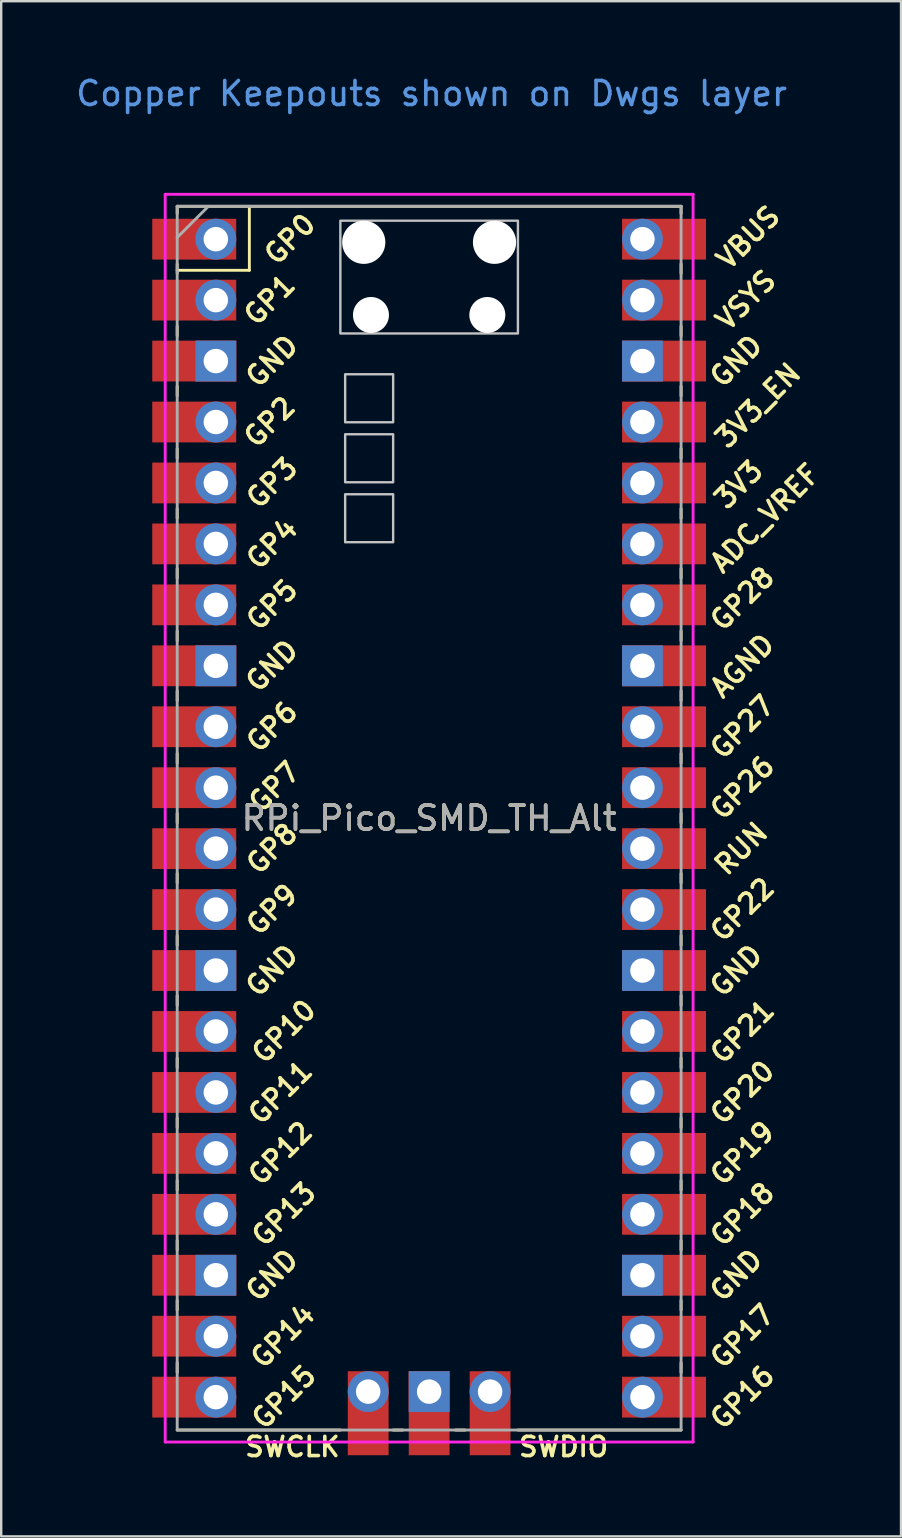
<source format=kicad_pcb>
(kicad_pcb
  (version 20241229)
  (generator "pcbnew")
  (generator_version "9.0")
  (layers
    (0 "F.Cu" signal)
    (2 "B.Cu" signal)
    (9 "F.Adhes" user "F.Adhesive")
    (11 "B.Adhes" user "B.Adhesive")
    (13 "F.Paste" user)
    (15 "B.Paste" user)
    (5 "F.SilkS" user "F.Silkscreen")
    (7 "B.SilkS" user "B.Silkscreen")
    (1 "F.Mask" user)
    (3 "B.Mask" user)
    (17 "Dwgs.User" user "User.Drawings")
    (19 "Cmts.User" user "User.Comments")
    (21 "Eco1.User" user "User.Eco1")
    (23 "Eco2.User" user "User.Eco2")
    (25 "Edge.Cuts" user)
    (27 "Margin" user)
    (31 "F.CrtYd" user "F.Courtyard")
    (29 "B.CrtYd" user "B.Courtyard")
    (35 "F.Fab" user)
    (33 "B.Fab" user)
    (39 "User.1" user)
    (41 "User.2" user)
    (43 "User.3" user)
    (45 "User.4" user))
  (footprint "RPi_Pico_SMD_TH_Alt"
    (layer "F.Cu")
    (at 14.835 31.048)
    (property "Reference" "RPi_Pico_SMD_TH_Alt" (at 0 0 0) (layer "F.SilkS") (effects (font (size 1 1) (thickness 0.15))))
    (attr through_hole)
    (fp_line (start -10.5 -25.5) (end -10.5 -25.2) (stroke (width 0.12) (type solid)) (layer "F.SilkS"))
    (fp_line (start -10.5 -25.5) (end 10.5 -25.5) (stroke (width 0.12) (type solid)) (layer "F.SilkS"))
    (fp_line (start -10.5 -23.1) (end -10.5 -22.7) (stroke (width 0.12) (type solid)) (layer "F.SilkS"))
    (fp_line (start -10.5 -22.833) (end -7.493 -22.833) (stroke (width 0.12) (type solid)) (layer "F.SilkS"))
    (fp_line (start -10.5 -20.5) (end -10.5 -20.1) (stroke (width 0.12) (type solid)) (layer "F.SilkS"))
    (fp_line (start -10.5 -18) (end -10.5 -17.6) (stroke (width 0.12) (type solid)) (layer "F.SilkS"))
    (fp_line (start -10.5 -15.4) (end -10.5 -15) (stroke (width 0.12) (type solid)) (layer "F.SilkS"))
    (fp_line (start -10.5 -12.9) (end -10.5 -12.5) (stroke (width 0.12) (type solid)) (layer "F.SilkS"))
    (fp_line (start -10.5 -10.4) (end -10.5 -10) (stroke (width 0.12) (type solid)) (layer "F.SilkS"))
    (fp_line (start -10.5 -7.8) (end -10.5 -7.4) (stroke (width 0.12) (type solid)) (layer "F.SilkS"))
    (fp_line (start -10.5 -5.3) (end -10.5 -4.9) (stroke (width 0.12) (type solid)) (layer "F.SilkS"))
    (fp_line (start -10.5 -2.7) (end -10.5 -2.3) (stroke (width 0.12) (type solid)) (layer "F.SilkS"))
    (fp_line (start -10.5 -0.2) (end -10.5 0.2) (stroke (width 0.12) (type solid)) (layer "F.SilkS"))
    (fp_line (start -10.5 2.3) (end -10.5 2.7) (stroke (width 0.12) (type solid)) (layer "F.SilkS"))
    (fp_line (start -10.5 4.9) (end -10.5 5.3) (stroke (width 0.12) (type solid)) (layer "F.SilkS"))
    (fp_line (start -10.5 7.4) (end -10.5 7.8) (stroke (width 0.12) (type solid)) (layer "F.SilkS"))
    (fp_line (start -10.5 10) (end -10.5 10.4) (stroke (width 0.12) (type solid)) (layer "F.SilkS"))
    (fp_line (start -10.5 12.5) (end -10.5 12.9) (stroke (width 0.12) (type solid)) (layer "F.SilkS"))
    (fp_line (start -10.5 15.1) (end -10.5 15.5) (stroke (width 0.12) (type solid)) (layer "F.SilkS"))
    (fp_line (start -10.5 17.6) (end -10.5 18) (stroke (width 0.12) (type solid)) (layer "F.SilkS"))
    (fp_line (start -10.5 20.1) (end -10.5 20.5) (stroke (width 0.12) (type solid)) (layer "F.SilkS"))
    (fp_line (start -10.5 22.7) (end -10.5 23.1) (stroke (width 0.12) (type solid)) (layer "F.SilkS"))
    (fp_line (start -7.493 -22.833) (end -7.493 -25.5) (stroke (width 0.12) (type solid)) (layer "F.SilkS"))
    (fp_line (start -3.7 25.5) (end -10.5 25.5) (stroke (width 0.12) (type solid)) (layer "F.SilkS"))
    (fp_line (start -1.5 25.5) (end -1.1 25.5) (stroke (width 0.12) (type solid)) (layer "F.SilkS"))
    (fp_line (start 1.1 25.5) (end 1.5 25.5) (stroke (width 0.12) (type solid)) (layer "F.SilkS"))
    (fp_line (start 10.5 -25.5) (end 10.5 -25.2) (stroke (width 0.12) (type solid)) (layer "F.SilkS"))
    (fp_line (start 10.5 -23.1) (end 10.5 -22.7) (stroke (width 0.12) (type solid)) (layer "F.SilkS"))
    (fp_line (start 10.5 -20.5) (end 10.5 -20.1) (stroke (width 0.12) (type solid)) (layer "F.SilkS"))
    (fp_line (start 10.5 -18) (end 10.5 -17.6) (stroke (width 0.12) (type solid)) (layer "F.SilkS"))
    (fp_line (start 10.5 -15.4) (end 10.5 -15) (stroke (width 0.12) (type solid)) (layer "F.SilkS"))
    (fp_line (start 10.5 -12.9) (end 10.5 -12.5) (stroke (width 0.12) (type solid)) (layer "F.SilkS"))
    (fp_line (start 10.5 -10.4) (end 10.5 -10) (stroke (width 0.12) (type solid)) (layer "F.SilkS"))
    (fp_line (start 10.5 -7.8) (end 10.5 -7.4) (stroke (width 0.12) (type solid)) (layer "F.SilkS"))
    (fp_line (start 10.5 -5.3) (end 10.5 -4.9) (stroke (width 0.12) (type solid)) (layer "F.SilkS"))
    (fp_line (start 10.5 -2.7) (end 10.5 -2.3) (stroke (width 0.12) (type solid)) (layer "F.SilkS"))
    (fp_line (start 10.5 -0.2) (end 10.5 0.2) (stroke (width 0.12) (type solid)) (layer "F.SilkS"))
    (fp_line (start 10.5 2.3) (end 10.5 2.7) (stroke (width 0.12) (type solid)) (layer "F.SilkS"))
    (fp_line (start 10.5 4.9) (end 10.5 5.3) (stroke (width 0.12) (type solid)) (layer "F.SilkS"))
    (fp_line (start 10.5 7.4) (end 10.5 7.8) (stroke (width 0.12) (type solid)) (layer "F.SilkS"))
    (fp_line (start 10.5 10) (end 10.5 10.4) (stroke (width 0.12) (type solid)) (layer "F.SilkS"))
    (fp_line (start 10.5 12.5) (end 10.5 12.9) (stroke (width 0.12) (type solid)) (layer "F.SilkS"))
    (fp_line (start 10.5 15.1) (end 10.5 15.5) (stroke (width 0.12) (type solid)) (layer "F.SilkS"))
    (fp_line (start 10.5 17.6) (end 10.5 18) (stroke (width 0.12) (type solid)) (layer "F.SilkS"))
    (fp_line (start 10.5 20.1) (end 10.5 20.5) (stroke (width 0.12) (type solid)) (layer "F.SilkS"))
    (fp_line (start 10.5 22.7) (end 10.5 23.1) (stroke (width 0.12) (type solid)) (layer "F.SilkS"))
    (fp_line (start 10.5 25.5) (end 3.7 25.5) (stroke (width 0.12) (type solid)) (layer "F.SilkS"))
    (fp_poly (pts (xy -1.5 -16.5) (xy -3.5 -16.5) (xy -3.5 -18.5) (xy -1.5 -18.5)) (stroke (width 0.1) (type solid)) (fill no) (layer "Dwgs.User"))
    (fp_poly (pts (xy -1.5 -14) (xy -3.5 -14) (xy -3.5 -16) (xy -1.5 -16)) (stroke (width 0.1) (type solid)) (fill no) (layer "Dwgs.User"))
    (fp_poly (pts (xy -1.5 -11.5) (xy -3.5 -11.5) (xy -3.5 -13.5) (xy -1.5 -13.5)) (stroke (width 0.1) (type solid)) (fill no) (layer "Dwgs.User"))
    (fp_poly (pts (xy 3.7 -20.2) (xy -3.7 -20.2) (xy -3.7 -24.9) (xy 3.7 -24.9)) (stroke (width 0.1) (type solid)) (fill no) (layer "Dwgs.User"))
    (fp_line (start -11 -26) (end 11 -26) (stroke (width 0.12) (type solid)) (layer "F.CrtYd"))
    (fp_line (start -11 26) (end -11 -26) (stroke (width 0.12) (type solid)) (layer "F.CrtYd"))
    (fp_line (start 11 -26) (end 11 26) (stroke (width 0.12) (type solid)) (layer "F.CrtYd"))
    (fp_line (start 11 26) (end -11 26) (stroke (width 0.12) (type solid)) (layer "F.CrtYd"))
    (fp_line (start -10.5 -25.5) (end 10.5 -25.5) (stroke (width 0.12) (type solid)) (layer "F.Fab"))
    (fp_line (start -10.5 -24.2) (end -9.2 -25.5) (stroke (width 0.12) (type solid)) (layer "F.Fab"))
    (fp_line (start -10.5 25.5) (end -10.5 -25.5) (stroke (width 0.12) (type solid)) (layer "F.Fab"))
    (fp_line (start 10.5 -25.5) (end 10.5 25.5) (stroke (width 0.12) (type solid)) (layer "F.Fab"))
    (fp_line (start 10.5 25.5) (end -10.5 25.5) (stroke (width 0.12) (type solid)) (layer "F.Fab"))
    (fp_text user "GP27" (at 13.054 -3.8 45) (layer "F.SilkS") (effects (font (size 0.8 0.8) (thickness 0.15))))
    (fp_text user "3V3" (at 12.9 -13.9 45) (layer "F.SilkS") (effects (font (size 0.8 0.8) (thickness 0.15))))
    (fp_text user "VBUS" (at 13.3 -24.2 45) (layer "F.SilkS") (effects (font (size 0.8 0.8) (thickness 0.15))))
    (fp_text user "GP13" (at -6.054 16.51 45) (layer "F.SilkS") (effects (font (size 0.8 0.8) (thickness 0.15))))
    (fp_text user "GP16" (at 13.054 24.13 45) (layer "F.SilkS") (effects (font (size 0.8 0.8) (thickness 0.15))))
    (fp_text user "GP18" (at 13.054 16.51 45) (layer "F.SilkS") (effects (font (size 0.8 0.8) (thickness 0.15))))
    (fp_text user "AGND" (at 13.054 -6.35 45) (layer "F.SilkS") (effects (font (size 0.8 0.8) (thickness 0.15))))
    (fp_text user "GP19" (at 13.054 13.97 45) (layer "F.SilkS") (effects (font (size 0.8 0.8) (thickness 0.15))))
    (fp_text user "GND" (at 12.8 19.05 45) (layer "F.SilkS") (effects (font (size 0.8 0.8) (thickness 0.15))))
    (fp_text user "GND" (at 12.8 -19.05 45) (layer "F.SilkS") (effects (font (size 0.8 0.8) (thickness 0.15))))
    (fp_text user "GP12" (at -6.2 13.97 45) (layer "F.SilkS") (effects (font (size 0.8 0.8) (thickness 0.15))))
    (fp_text user "GP17" (at 13.054 21.59 45) (layer "F.SilkS") (effects (font (size 0.8 0.8) (thickness 0.15))))
    (fp_text user "GP3" (at -6.55 -13.97 45) (layer "F.SilkS") (effects (font (size 0.8 0.8) (thickness 0.15))))
    (fp_text user "GP0" (at -5.8 -24.13 45) (layer "F.SilkS") (effects (font (size 0.8 0.8) (thickness 0.15))))
    (fp_text user "GP22" (at 13.054 3.81 45) (layer "F.SilkS") (effects (font (size 0.8 0.8) (thickness 0.15))))
    (fp_text user "GP2" (at -6.65 -16.51 45) (layer "F.SilkS") (effects (font (size 0.8 0.8) (thickness 0.15))))
    (fp_text user "GND" (at 12.8 6.35 45) (layer "F.SilkS") (effects (font (size 0.8 0.8) (thickness 0.15))))
    (fp_text user "GP26" (at 13.054 -1.27 45) (layer "F.SilkS") (effects (font (size 0.8 0.8) (thickness 0.15))))
    (fp_text user "3V3_EN" (at 13.7 -17.2 45) (layer "F.SilkS") (effects (font (size 0.8 0.8) (thickness 0.15))))
    (fp_text user "RUN" (at 13 1.27 45) (layer "F.SilkS") (effects (font (size 0.8 0.8) (thickness 0.15))))
    (fp_text user "SWDIO" (at 5.6 26.2 0) (layer "F.SilkS") (effects (font (size 0.8 0.8) (thickness 0.15))))
    (fp_text user "ADC_VREF" (at 14 -12.5 45) (layer "F.SilkS") (effects (font (size 0.8 0.8) (thickness 0.15))))
    (fp_text user "GP4" (at -6.55 -11.43 45) (layer "F.SilkS") (effects (font (size 0.8 0.8) (thickness 0.15))))
    (fp_text user "GND" (at -6.55 6.35 45) (layer "F.SilkS") (effects (font (size 0.8 0.8) (thickness 0.15))))
    (fp_text user "GP14" (at -6.1 21.59 45) (layer "F.SilkS") (effects (font (size 0.8 0.8) (thickness 0.15))))
    (fp_text user "GND" (at -6.55 19.05 45) (layer "F.SilkS") (effects (font (size 0.8 0.8) (thickness 0.15))))
    (fp_text user "GP1" (at -6.65 -21.6 45) (layer "F.SilkS") (effects (font (size 0.8 0.8) (thickness 0.15))))
    (fp_text user "GP20" (at 13.054 11.43 45) (layer "F.SilkS") (effects (font (size 0.8 0.8) (thickness 0.15))))
    (fp_text user "GND" (at -6.55 -6.35 45) (layer "F.SilkS") (effects (font (size 0.8 0.8) (thickness 0.15))))
    (fp_text user "GP28" (at 13.054 -9.144 45) (layer "F.SilkS") (effects (font (size 0.8 0.8) (thickness 0.15))))
    (fp_text user "GP9" (at -6.55 3.81 45) (layer "F.SilkS") (effects (font (size 0.8 0.8) (thickness 0.15))))
    (fp_text user "GND" (at -6.55 -19.05 45) (layer "F.SilkS") (effects (font (size 0.8 0.8) (thickness 0.15))))
    (fp_text user "GP5" (at -6.55 -8.89 45) (layer "F.SilkS") (effects (font (size 0.8 0.8) (thickness 0.15))))
    (fp_text user "GP7" (at -6.45 -1.3 45) (layer "F.SilkS") (effects (font (size 0.8 0.8) (thickness 0.15))))
    (fp_text user "VSYS" (at 13.2 -21.59 45) (layer "F.SilkS") (effects (font (size 0.8 0.8) (thickness 0.15))))
    (fp_text user "GP8" (at -6.55 1.27 45) (layer "F.SilkS") (effects (font (size 0.8 0.8) (thickness 0.15))))
    (fp_text user "GP6" (at -6.55 -3.81 45) (layer "F.SilkS") (effects (font (size 0.8 0.8) (thickness 0.15))))
    (fp_text user "GP11" (at -6.2 11.43 45) (layer "F.SilkS") (effects (font (size 0.8 0.8) (thickness 0.15))))
    (fp_text user "GP15" (at -6.054 24.13 45) (layer "F.SilkS") (effects (font (size 0.8 0.8) (thickness 0.15))))
    (fp_text user "SWCLK" (at -5.7 26.2 0) (layer "F.SilkS") (effects (font (size 0.8 0.8) (thickness 0.15))))
    (fp_text user "GP21" (at 13.054 8.9 45) (layer "F.SilkS") (effects (font (size 0.8 0.8) (thickness 0.15))))
    (fp_text user "GP10" (at -6.054 8.89 45) (layer "F.SilkS") (effects (font (size 0.8 0.8) (thickness 0.15))))
    (fp_text user "Copper Keepouts shown on Dwgs layer" (at 0.1 -30.2 0) (layer "Cmts.User") (effects (font (size 1 1) (thickness 0.15))))
    (fp_text user "${REFERENCE}" (at 0 0 180) (layer "F.Fab") (effects (font (size 1 1) (thickness 0.15))))
    (pad "" np_thru_hole oval (at -2.725 -24) (size 1.8 1.8) (drill 1.8) (layers "*.Cu" "*.Mask"))
    (pad "" np_thru_hole oval (at -2.425 -20.97) (size 1.5 1.5) (drill 1.5) (layers "*.Cu" "*.Mask"))
    (pad "" np_thru_hole oval (at 2.425 -20.97) (size 1.5 1.5) (drill 1.5) (layers "*.Cu" "*.Mask"))
    (pad "" np_thru_hole oval (at 2.725 -24) (size 1.8 1.8) (drill 1.8) (layers "*.Cu" "*.Mask"))
    (pad "1" thru_hole oval (at -8.89 -24.13) (size 1.7 1.7) (drill 1.02) (layers "*.Cu" "*.Mask"))
    (pad "1" smd rect (at -8.89 -24.13) (size 3.5 1.7) (drill (offset -0.9 0)) (layers "F.Cu" "F.Mask"))
    (pad "2" thru_hole oval (at -8.89 -21.59) (size 1.7 1.7) (drill 1.02) (layers "*.Cu" "*.Mask"))
    (pad "2" smd rect (at -8.89 -21.59) (size 3.5 1.7) (drill (offset -0.9 0)) (layers "F.Cu" "F.Mask"))
    (pad "3" thru_hole rect (at -8.89 -19.05) (size 1.7 1.7) (drill 1.02) (layers "*.Cu" "*.Mask"))
    (pad "3" smd rect (at -8.89 -19.05) (size 3.5 1.7) (drill (offset -0.9 0)) (layers "F.Cu" "F.Mask"))
    (pad "4" thru_hole oval (at -8.89 -16.51) (size 1.7 1.7) (drill 1.02) (layers "*.Cu" "*.Mask"))
    (pad "4" smd rect (at -8.89 -16.51) (size 3.5 1.7) (drill (offset -0.9 0)) (layers "F.Cu" "F.Mask"))
    (pad "5" thru_hole oval (at -8.89 -13.97) (size 1.7 1.7) (drill 1.02) (layers "*.Cu" "*.Mask"))
    (pad "5" smd rect (at -8.89 -13.97) (size 3.5 1.7) (drill (offset -0.9 0)) (layers "F.Cu" "F.Mask"))
    (pad "6" thru_hole oval (at -8.89 -11.43) (size 1.7 1.7) (drill 1.02) (layers "*.Cu" "*.Mask"))
    (pad "6" smd rect (at -8.89 -11.43) (size 3.5 1.7) (drill (offset -0.9 0)) (layers "F.Cu" "F.Mask"))
    (pad "7" thru_hole oval (at -8.89 -8.89) (size 1.7 1.7) (drill 1.02) (layers "*.Cu" "*.Mask"))
    (pad "7" smd rect (at -8.89 -8.89) (size 3.5 1.7) (drill (offset -0.9 0)) (layers "F.Cu" "F.Mask"))
    (pad "8" thru_hole rect (at -8.89 -6.35) (size 1.7 1.7) (drill 1.02) (layers "*.Cu" "*.Mask"))
    (pad "8" smd rect (at -8.89 -6.35) (size 3.5 1.7) (drill (offset -0.9 0)) (layers "F.Cu" "F.Mask"))
    (pad "9" thru_hole oval (at -8.89 -3.81) (size 1.7 1.7) (drill 1.02) (layers "*.Cu" "*.Mask"))
    (pad "9" smd rect (at -8.89 -3.81) (size 3.5 1.7) (drill (offset -0.9 0)) (layers "F.Cu" "F.Mask"))
    (pad "10" thru_hole oval (at -8.89 -1.27) (size 1.7 1.7) (drill 1.02) (layers "*.Cu" "*.Mask"))
    (pad "10" smd rect (at -8.89 -1.27) (size 3.5 1.7) (drill (offset -0.9 0)) (layers "F.Cu" "F.Mask"))
    (pad "11" thru_hole oval (at -8.89 1.27) (size 1.7 1.7) (drill 1.02) (layers "*.Cu" "*.Mask"))
    (pad "11" smd rect (at -8.89 1.27) (size 3.5 1.7) (drill (offset -0.9 0)) (layers "F.Cu" "F.Mask"))
    (pad "12" thru_hole oval (at -8.89 3.81) (size 1.7 1.7) (drill 1.02) (layers "*.Cu" "*.Mask"))
    (pad "12" smd rect (at -8.89 3.81) (size 3.5 1.7) (drill (offset -0.9 0)) (layers "F.Cu" "F.Mask"))
    (pad "13" thru_hole rect (at -8.89 6.35) (size 1.7 1.7) (drill 1.02) (layers "*.Cu" "*.Mask"))
    (pad "13" smd rect (at -8.89 6.35) (size 3.5 1.7) (drill (offset -0.9 0)) (layers "F.Cu" "F.Mask"))
    (pad "14" thru_hole oval (at -8.89 8.89) (size 1.7 1.7) (drill 1.02) (layers "*.Cu" "*.Mask"))
    (pad "14" smd rect (at -8.89 8.89) (size 3.5 1.7) (drill (offset -0.9 0)) (layers "F.Cu" "F.Mask"))
    (pad "15" thru_hole oval (at -8.89 11.43) (size 1.7 1.7) (drill 1.02) (layers "*.Cu" "*.Mask"))
    (pad "15" smd rect (at -8.89 11.43) (size 3.5 1.7) (drill (offset -0.9 0)) (layers "F.Cu" "F.Mask"))
    (pad "16" thru_hole oval (at -8.89 13.97) (size 1.7 1.7) (drill 1.02) (layers "*.Cu" "*.Mask"))
    (pad "16" smd rect (at -8.89 13.97) (size 3.5 1.7) (drill (offset -0.9 0)) (layers "F.Cu" "F.Mask"))
    (pad "17" thru_hole oval (at -8.89 16.51) (size 1.7 1.7) (drill 1.02) (layers "*.Cu" "*.Mask"))
    (pad "17" smd rect (at -8.89 16.51) (size 3.5 1.7) (drill (offset -0.9 0)) (layers "F.Cu" "F.Mask"))
    (pad "18" thru_hole rect (at -8.89 19.05) (size 1.7 1.7) (drill 1.02) (layers "*.Cu" "*.Mask"))
    (pad "18" smd rect (at -8.89 19.05) (size 3.5 1.7) (drill (offset -0.9 0)) (layers "F.Cu" "F.Mask"))
    (pad "19" thru_hole oval (at -8.89 21.59) (size 1.7 1.7) (drill 1.02) (layers "*.Cu" "*.Mask"))
    (pad "19" smd rect (at -8.89 21.59) (size 3.5 1.7) (drill (offset -0.9 0)) (layers "F.Cu" "F.Mask"))
    (pad "20" thru_hole oval (at -8.89 24.13) (size 1.7 1.7) (drill 1.02) (layers "*.Cu" "*.Mask"))
    (pad "20" smd rect (at -8.89 24.13) (size 3.5 1.7) (drill (offset -0.9 0)) (layers "F.Cu" "F.Mask"))
    (pad "21" thru_hole oval (at 8.89 24.13) (size 1.7 1.7) (drill 1.02) (layers "*.Cu" "*.Mask"))
    (pad "21" smd rect (at 8.89 24.13) (size 3.5 1.7) (drill (offset 0.9 0)) (layers "F.Cu" "F.Mask"))
    (pad "22" thru_hole oval (at 8.89 21.59) (size 1.7 1.7) (drill 1.02) (layers "*.Cu" "*.Mask"))
    (pad "22" smd rect (at 8.89 21.59) (size 3.5 1.7) (drill (offset 0.9 0)) (layers "F.Cu" "F.Mask"))
    (pad "23" thru_hole rect (at 8.89 19.05) (size 1.7 1.7) (drill 1.02) (layers "*.Cu" "*.Mask"))
    (pad "23" smd rect (at 8.89 19.05) (size 3.5 1.7) (drill (offset 0.9 0)) (layers "F.Cu" "F.Mask"))
    (pad "24" thru_hole oval (at 8.89 16.51) (size 1.7 1.7) (drill 1.02) (layers "*.Cu" "*.Mask"))
    (pad "24" smd rect (at 8.89 16.51) (size 3.5 1.7) (drill (offset 0.9 0)) (layers "F.Cu" "F.Mask"))
    (pad "25" thru_hole oval (at 8.89 13.97) (size 1.7 1.7) (drill 1.02) (layers "*.Cu" "*.Mask"))
    (pad "25" smd rect (at 8.89 13.97) (size 3.5 1.7) (drill (offset 0.9 0)) (layers "F.Cu" "F.Mask"))
    (pad "26" thru_hole oval (at 8.89 11.43) (size 1.7 1.7) (drill 1.02) (layers "*.Cu" "*.Mask"))
    (pad "26" smd rect (at 8.89 11.43) (size 3.5 1.7) (drill (offset 0.9 0)) (layers "F.Cu" "F.Mask"))
    (pad "27" thru_hole oval (at 8.89 8.89) (size 1.7 1.7) (drill 1.02) (layers "*.Cu" "*.Mask"))
    (pad "27" smd rect (at 8.89 8.89) (size 3.5 1.7) (drill (offset 0.9 0)) (layers "F.Cu" "F.Mask"))
    (pad "28" thru_hole rect (at 8.89 6.35) (size 1.7 1.7) (drill 1.02) (layers "*.Cu" "*.Mask"))
    (pad "28" smd rect (at 8.89 6.35) (size 3.5 1.7) (drill (offset 0.9 0)) (layers "F.Cu" "F.Mask"))
    (pad "29" thru_hole oval (at 8.89 3.81) (size 1.7 1.7) (drill 1.02) (layers "*.Cu" "*.Mask"))
    (pad "29" smd rect (at 8.89 3.81) (size 3.5 1.7) (drill (offset 0.9 0)) (layers "F.Cu" "F.Mask"))
    (pad "30" thru_hole oval (at 8.89 1.27) (size 1.7 1.7) (drill 1.02) (layers "*.Cu" "*.Mask"))
    (pad "30" smd rect (at 8.89 1.27) (size 3.5 1.7) (drill (offset 0.9 0)) (layers "F.Cu" "F.Mask"))
    (pad "31" thru_hole oval (at 8.89 -1.27) (size 1.7 1.7) (drill 1.02) (layers "*.Cu" "*.Mask"))
    (pad "31" smd rect (at 8.89 -1.27) (size 3.5 1.7) (drill (offset 0.9 0)) (layers "F.Cu" "F.Mask"))
    (pad "32" thru_hole oval (at 8.89 -3.81) (size 1.7 1.7) (drill 1.02) (layers "*.Cu" "*.Mask"))
    (pad "32" smd rect (at 8.89 -3.81) (size 3.5 1.7) (drill (offset 0.9 0)) (layers "F.Cu" "F.Mask"))
    (pad "33" thru_hole rect (at 8.89 -6.35) (size 1.7 1.7) (drill 1.02) (layers "*.Cu" "*.Mask"))
    (pad "33" smd rect (at 8.89 -6.35) (size 3.5 1.7) (drill (offset 0.9 0)) (layers "F.Cu" "F.Mask"))
    (pad "34" thru_hole oval (at 8.89 -8.89) (size 1.7 1.7) (drill 1.02) (layers "*.Cu" "*.Mask"))
    (pad "34" smd rect (at 8.89 -8.89) (size 3.5 1.7) (drill (offset 0.9 0)) (layers "F.Cu" "F.Mask"))
    (pad "35" thru_hole oval (at 8.89 -11.43) (size 1.7 1.7) (drill 1.02) (layers "*.Cu" "*.Mask"))
    (pad "35" smd rect (at 8.89 -11.43) (size 3.5 1.7) (drill (offset 0.9 0)) (layers "F.Cu" "F.Mask"))
    (pad "36" thru_hole oval (at 8.89 -13.97) (size 1.7 1.7) (drill 1.02) (layers "*.Cu" "*.Mask"))
    (pad "36" smd rect (at 8.89 -13.97) (size 3.5 1.7) (drill (offset 0.9 0)) (layers "F.Cu" "F.Mask"))
    (pad "37" thru_hole oval (at 8.89 -16.51) (size 1.7 1.7) (drill 1.02) (layers "*.Cu" "*.Mask"))
    (pad "37" smd rect (at 8.89 -16.51) (size 3.5 1.7) (drill (offset 0.9 0)) (layers "F.Cu" "F.Mask"))
    (pad "38" thru_hole rect (at 8.89 -19.05) (size 1.7 1.7) (drill 1.02) (layers "*.Cu" "*.Mask"))
    (pad "38" smd rect (at 8.89 -19.05) (size 3.5 1.7) (drill (offset 0.9 0)) (layers "F.Cu" "F.Mask"))
    (pad "39" thru_hole oval (at 8.89 -21.59) (size 1.7 1.7) (drill 1.02) (layers "*.Cu" "*.Mask"))
    (pad "39" smd rect (at 8.89 -21.59) (size 3.5 1.7) (drill (offset 0.9 0)) (layers "F.Cu" "F.Mask"))
    (pad "40" thru_hole oval (at 8.89 -24.13) (size 1.7 1.7) (drill 1.02) (layers "*.Cu" "*.Mask"))
    (pad "40" smd rect (at 8.89 -24.13) (size 3.5 1.7) (drill (offset 0.9 0)) (layers "F.Cu" "F.Mask"))
    (pad "41" thru_hole oval (at -2.54 23.9) (size 1.7 1.7) (drill 1.02) (layers "*.Cu" "*.Mask"))
    (pad "41" smd rect (at -2.54 23.9 90) (size 3.5 1.7) (drill (offset -0.9 0)) (layers "F.Cu" "F.Mask"))
    (pad "42" thru_hole rect (at 0 23.9) (size 1.7 1.7) (drill 1.02) (layers "*.Cu" "*.Mask"))
    (pad "42" smd rect (at 0 23.9 90) (size 3.5 1.7) (drill (offset -0.9 0)) (layers "F.Cu" "F.Mask"))
    (pad "43" thru_hole oval (at 2.54 23.9) (size 1.7 1.7) (drill 1.02) (layers "*.Cu" "*.Mask"))
    (pad "43" smd rect (at 2.54 23.9 90) (size 3.5 1.7) (drill (offset -0.9 0)) (layers "F.Cu" "F.Mask")))
  (gr_rect
    (start -3 -3)
    (end 34.501 60.98)
    (stroke (width 0.1) (type default))
    (fill no)
    (layer "Edge.Cuts")))
</source>
